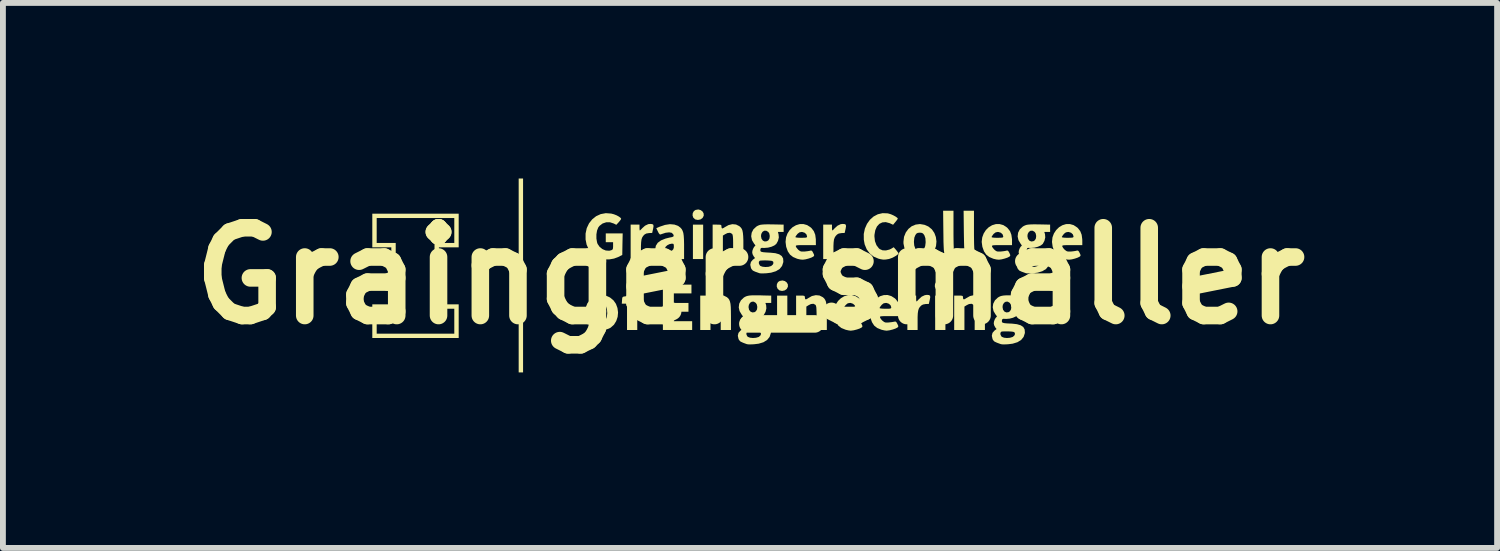
<source format=kicad_pcb>
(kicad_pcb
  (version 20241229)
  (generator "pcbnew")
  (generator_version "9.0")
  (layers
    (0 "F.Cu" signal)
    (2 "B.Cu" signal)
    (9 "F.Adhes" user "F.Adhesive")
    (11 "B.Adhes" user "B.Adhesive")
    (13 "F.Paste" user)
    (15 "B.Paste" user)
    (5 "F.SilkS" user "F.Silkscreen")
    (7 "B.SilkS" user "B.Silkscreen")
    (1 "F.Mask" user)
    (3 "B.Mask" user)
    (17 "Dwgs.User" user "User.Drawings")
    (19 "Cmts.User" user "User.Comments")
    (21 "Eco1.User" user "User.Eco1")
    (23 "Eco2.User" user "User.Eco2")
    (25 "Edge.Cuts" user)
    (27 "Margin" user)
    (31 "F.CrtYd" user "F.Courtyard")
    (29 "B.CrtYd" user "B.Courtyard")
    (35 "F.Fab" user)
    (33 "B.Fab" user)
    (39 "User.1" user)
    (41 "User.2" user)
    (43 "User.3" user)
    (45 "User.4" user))
  (footprint "Grainger_smaller"
    (layer "F.Cu")
    (at 9.764 1.663)
    (property "Reference" "Grainger_smaller" (at 0 0 0) (layer "F.SilkS") (effects (font (size 1.5 1.5) (thickness 0.3))))
    (attr board_only exclude_from_pos_files exclude_from_bom)
    (fp_poly (pts (xy -3.877 -0.006) (xy -3.877 1.65) (xy -3.914 1.65) (xy -3.952 1.65) (xy -3.952 -0.006) (xy -3.952 -1.663) (xy -3.914 -1.663) (xy -3.877 -1.663)) (stroke (width 0) (type solid)) (fill yes) (layer "F.SilkS"))
    (fp_poly (pts (xy -0.8 -0.581) (xy -0.8 -0.287) (xy -0.888 -0.287) (xy -0.975 -0.287) (xy -0.975 -0.581) (xy -0.975 -0.875) (xy -0.888 -0.875) (xy -0.8 -0.875)) (stroke (width 0) (type solid)) (fill yes) (layer "F.SilkS"))
    (fp_poly (pts (xy 0.638 0.631) (xy 0.638 0.925) (xy 0.55 0.925) (xy 0.463 0.925) (xy 0.463 0.631) (xy 0.463 0.338) (xy 0.55 0.338) (xy 0.638 0.338)) (stroke (width 0) (type solid)) (fill yes) (layer "F.SilkS"))
    (fp_poly (pts (xy 3.339 0.631) (xy 3.339 0.925) (xy 3.252 0.925) (xy 3.164 0.925) (xy 3.164 0.631) (xy 3.164 0.338) (xy 3.252 0.338) (xy 3.339 0.338)) (stroke (width 0) (type solid)) (fill yes) (layer "F.SilkS"))
    (fp_poly (pts (xy -0.842 -1.123) (xy -0.81 -1.099) (xy -0.792 -1.066) (xy -0.79 -1.028) (xy -0.81 -0.989) (xy -0.81 -0.989) (xy -0.845 -0.964) (xy -0.89 -0.955) (xy -0.934 -0.964) (xy -0.937 -0.965) (xy -0.968 -0.993) (xy -0.981 -1.031) (xy -0.978 -1.071) (xy -0.959 -1.106) (xy -0.93 -1.126) (xy -0.883 -1.134)) (stroke (width 0) (type solid)) (fill yes) (layer "F.SilkS"))
    (fp_poly (pts (xy 0.596 0.089) (xy 0.628 0.113) (xy 0.647 0.146) (xy 0.648 0.185) (xy 0.629 0.223) (xy 0.628 0.224) (xy 0.593 0.249) (xy 0.548 0.258) (xy 0.504 0.249) (xy 0.501 0.247) (xy 0.471 0.219) (xy 0.457 0.181) (xy 0.46 0.141) (xy 0.479 0.106) (xy 0.508 0.087) (xy 0.555 0.079)) (stroke (width 0) (type solid)) (fill yes) (layer "F.SilkS"))
    (fp_poly (pts (xy 3.298 0.089) (xy 3.329 0.113) (xy 3.348 0.146) (xy 3.349 0.185) (xy 3.33 0.223) (xy 3.33 0.224) (xy 3.294 0.249) (xy 3.249 0.258) (xy 3.205 0.249) (xy 3.203 0.247) (xy 3.172 0.219) (xy 3.158 0.181) (xy 3.161 0.141) (xy 3.181 0.106) (xy 3.21 0.087) (xy 3.256 0.079)) (stroke (width 0) (type solid)) (fill yes) (layer "F.SilkS"))
    (fp_poly (pts (xy -1 0.225) (xy -1 0.3) (xy -1.151 0.3) (xy -1.301 0.3) (xy -1.301 0.381) (xy -1.301 0.463) (xy -1.176 0.463) (xy -1.051 0.463) (xy -1.051 0.537) (xy -1.051 0.613) (xy -1.176 0.613) (xy -1.301 0.613) (xy -1.301 0.694) (xy -1.301 0.775) (xy -1.144 0.775) (xy -0.988 0.775) (xy -0.988 0.85) (xy -0.988 0.925) (xy -1.238 0.925) (xy -1.488 0.925) (xy -1.488 0.537) (xy -1.488 0.15) (xy -1.244 0.15) (xy -1 0.15)) (stroke (width 0) (type solid)) (fill yes) (layer "F.SilkS"))
    (fp_poly (pts (xy -1.67 -0.884) (xy -1.652 -0.873) (xy -1.648 -0.848) (xy -1.655 -0.805) (xy -1.656 -0.801) (xy -1.671 -0.733) (xy -1.723 -0.731) (xy -1.772 -0.723) (xy -1.802 -0.706) (xy -1.826 -0.681) (xy -1.843 -0.653) (xy -1.854 -0.619) (xy -1.86 -0.572) (xy -1.863 -0.509) (xy -1.863 -0.451) (xy -1.863 -0.287) (xy -1.951 -0.287) (xy -2.039 -0.287) (xy -2.039 -0.581) (xy -2.039 -0.875) (xy -1.963 -0.875) (xy -1.888 -0.875) (xy -1.888 -0.825) (xy -1.887 -0.794) (xy -1.883 -0.776) (xy -1.881 -0.775) (xy -1.87 -0.784) (xy -1.849 -0.805) (xy -1.842 -0.813) (xy -1.793 -0.857) (xy -1.739 -0.883) (xy -1.705 -0.887)) (stroke (width 0) (type solid)) (fill yes) (layer "F.SilkS"))
    (fp_poly (pts (xy 1.619 -0.884) (xy 1.637 -0.873) (xy 1.641 -0.848) (xy 1.634 -0.805) (xy 1.633 -0.801) (xy 1.618 -0.733) (xy 1.566 -0.731) (xy 1.517 -0.723) (xy 1.488 -0.706) (xy 1.464 -0.681) (xy 1.447 -0.653) (xy 1.435 -0.619) (xy 1.429 -0.572) (xy 1.426 -0.509) (xy 1.426 -0.451) (xy 1.426 -0.287) (xy 1.338 -0.287) (xy 1.251 -0.287) (xy 1.251 -0.581) (xy 1.251 -0.875) (xy 1.326 -0.875) (xy 1.401 -0.875) (xy 1.401 -0.825) (xy 1.402 -0.794) (xy 1.406 -0.776) (xy 1.408 -0.775) (xy 1.42 -0.784) (xy 1.44 -0.805) (xy 1.447 -0.813) (xy 1.496 -0.857) (xy 1.55 -0.883) (xy 1.585 -0.887)) (stroke (width 0) (type solid)) (fill yes) (layer "F.SilkS"))
    (fp_poly (pts (xy 3.058 0.328) (xy 3.076 0.34) (xy 3.08 0.364) (xy 3.072 0.408) (xy 3.071 0.412) (xy 3.056 0.48) (xy 3.004 0.481) (xy 2.956 0.49) (xy 2.926 0.507) (xy 2.902 0.532) (xy 2.885 0.559) (xy 2.874 0.594) (xy 2.867 0.64) (xy 2.864 0.703) (xy 2.864 0.762) (xy 2.864 0.925) (xy 2.776 0.925) (xy 2.689 0.925) (xy 2.689 0.631) (xy 2.689 0.338) (xy 2.764 0.338) (xy 2.839 0.338) (xy 2.839 0.388) (xy 2.84 0.419) (xy 2.844 0.436) (xy 2.846 0.438) (xy 2.858 0.429) (xy 2.878 0.407) (xy 2.885 0.4) (xy 2.934 0.355) (xy 2.988 0.33) (xy 3.023 0.325)) (stroke (width 0) (type solid)) (fill yes) (layer "F.SilkS"))
    (fp_poly (pts (xy 3.477 -0.789) (xy 3.477 -0.7) (xy 3.478 -0.619) (xy 3.479 -0.55) (xy 3.481 -0.495) (xy 3.482 -0.459) (xy 3.484 -0.445) (xy 3.502 -0.428) (xy 3.514 -0.425) (xy 3.528 -0.419) (xy 3.538 -0.398) (xy 3.545 -0.361) (xy 3.548 -0.324) (xy 3.548 -0.298) (xy 3.547 -0.291) (xy 3.524 -0.282) (xy 3.486 -0.279) (xy 3.443 -0.282) (xy 3.403 -0.29) (xy 3.389 -0.296) (xy 3.367 -0.308) (xy 3.35 -0.322) (xy 3.336 -0.339) (xy 3.325 -0.364) (xy 3.318 -0.398) (xy 3.312 -0.444) (xy 3.309 -0.505) (xy 3.306 -0.584) (xy 3.305 -0.684) (xy 3.304 -0.753) (xy 3.3 -1.113) (xy 3.388 -1.113) (xy 3.477 -1.113)) (stroke (width 0) (type solid)) (fill yes) (layer "F.SilkS"))
    (fp_poly (pts (xy 3.827 -0.789) (xy 3.827 -0.7) (xy 3.828 -0.619) (xy 3.829 -0.55) (xy 3.831 -0.495) (xy 3.833 -0.459) (xy 3.834 -0.445) (xy 3.852 -0.428) (xy 3.864 -0.425) (xy 3.879 -0.419) (xy 3.888 -0.398) (xy 3.895 -0.361) (xy 3.898 -0.324) (xy 3.899 -0.298) (xy 3.897 -0.291) (xy 3.874 -0.282) (xy 3.836 -0.279) (xy 3.793 -0.282) (xy 3.753 -0.29) (xy 3.739 -0.296) (xy 3.717 -0.308) (xy 3.7 -0.322) (xy 3.686 -0.339) (xy 3.676 -0.364) (xy 3.668 -0.398) (xy 3.663 -0.444) (xy 3.659 -0.505) (xy 3.657 -0.584) (xy 3.655 -0.684) (xy 3.654 -0.753) (xy 3.65 -1.113) (xy 3.739 -1.113) (xy 3.827 -1.113)) (stroke (width 0) (type solid)) (fill yes) (layer "F.SilkS"))
    (fp_poly (pts (xy -0.451 0.336) (xy -0.395 0.364) (xy -0.394 0.365) (xy -0.371 0.385) (xy -0.354 0.409) (xy -0.342 0.439) (xy -0.333 0.479) (xy -0.328 0.533) (xy -0.326 0.605) (xy -0.325 0.698) (xy -0.325 0.7) (xy -0.325 0.925) (xy -0.413 0.925) (xy -0.5 0.925) (xy -0.5 0.72) (xy -0.501 0.641) (xy -0.502 0.583) (xy -0.505 0.543) (xy -0.509 0.517) (xy -0.515 0.501) (xy -0.52 0.495) (xy -0.554 0.477) (xy -0.598 0.482) (xy -0.635 0.5) (xy -0.675 0.525) (xy -0.675 0.725) (xy -0.675 0.925) (xy -0.763 0.925) (xy -0.85 0.925) (xy -0.85 0.631) (xy -0.85 0.338) (xy -0.775 0.338) (xy -0.734 0.338) (xy -0.711 0.342) (xy -0.702 0.351) (xy -0.7 0.367) (xy -0.697 0.395) (xy -0.684 0.403) (xy -0.658 0.391) (xy -0.646 0.382) (xy -0.58 0.345) (xy -0.514 0.33)) (stroke (width 0) (type solid)) (fill yes) (layer "F.SilkS"))
    (fp_poly (pts (xy -0.238 -0.877) (xy -0.182 -0.849) (xy -0.181 -0.848) (xy -0.158 -0.827) (xy -0.141 -0.804) (xy -0.129 -0.774) (xy -0.121 -0.733) (xy -0.116 -0.679) (xy -0.113 -0.608) (xy -0.113 -0.515) (xy -0.113 -0.513) (xy -0.113 -0.287) (xy -0.2 -0.287) (xy -0.288 -0.287) (xy -0.288 -0.493) (xy -0.288 -0.572) (xy -0.289 -0.629) (xy -0.292 -0.67) (xy -0.296 -0.696) (xy -0.302 -0.712) (xy -0.307 -0.718) (xy -0.341 -0.736) (xy -0.385 -0.731) (xy -0.422 -0.713) (xy -0.463 -0.688) (xy -0.463 -0.488) (xy -0.463 -0.287) (xy -0.55 -0.287) (xy -0.638 -0.287) (xy -0.638 -0.581) (xy -0.638 -0.875) (xy -0.563 -0.875) (xy -0.521 -0.874) (xy -0.499 -0.871) (xy -0.489 -0.862) (xy -0.488 -0.846) (xy -0.484 -0.817) (xy -0.471 -0.809) (xy -0.446 -0.821) (xy -0.433 -0.83) (xy -0.367 -0.867) (xy -0.301 -0.883)) (stroke (width 0) (type solid)) (fill yes) (layer "F.SilkS"))
    (fp_poly (pts (xy 1.188 0.336) (xy 1.243 0.364) (xy 1.245 0.365) (xy 1.267 0.385) (xy 1.284 0.409) (xy 1.297 0.439) (xy 1.305 0.479) (xy 1.31 0.533) (xy 1.312 0.605) (xy 1.313 0.698) (xy 1.313 0.7) (xy 1.313 0.925) (xy 1.226 0.925) (xy 1.138 0.925) (xy 1.138 0.72) (xy 1.138 0.641) (xy 1.136 0.583) (xy 1.134 0.543) (xy 1.129 0.517) (xy 1.123 0.501) (xy 1.118 0.495) (xy 1.084 0.477) (xy 1.041 0.482) (xy 1.004 0.5) (xy 0.963 0.525) (xy 0.963 0.725) (xy 0.963 0.925) (xy 0.875 0.925) (xy 0.788 0.925) (xy 0.788 0.631) (xy 0.788 0.338) (xy 0.863 0.338) (xy 0.905 0.338) (xy 0.927 0.342) (xy 0.936 0.351) (xy 0.938 0.367) (xy 0.942 0.395) (xy 0.955 0.403) (xy 0.98 0.391) (xy 0.993 0.382) (xy 1.058 0.345) (xy 1.125 0.33)) (stroke (width 0) (type solid)) (fill yes) (layer "F.SilkS"))
    (fp_poly (pts (xy 3.889 0.336) (xy 3.945 0.364) (xy 3.946 0.365) (xy 3.969 0.385) (xy 3.986 0.409) (xy 3.998 0.439) (xy 4.006 0.479) (xy 4.011 0.533) (xy 4.014 0.605) (xy 4.014 0.698) (xy 4.014 0.7) (xy 4.014 0.925) (xy 3.927 0.925) (xy 3.839 0.925) (xy 3.839 0.72) (xy 3.839 0.641) (xy 3.838 0.583) (xy 3.835 0.543) (xy 3.831 0.517) (xy 3.825 0.501) (xy 3.82 0.495) (xy 3.786 0.477) (xy 3.742 0.482) (xy 3.705 0.5) (xy 3.664 0.525) (xy 3.664 0.725) (xy 3.664 0.925) (xy 3.577 0.925) (xy 3.489 0.925) (xy 3.489 0.631) (xy 3.489 0.338) (xy 3.564 0.338) (xy 3.606 0.338) (xy 3.628 0.342) (xy 3.638 0.351) (xy 3.639 0.367) (xy 3.643 0.395) (xy 3.656 0.403) (xy 3.681 0.391) (xy 3.694 0.382) (xy 3.76 0.345) (xy 3.826 0.33)) (stroke (width 0) (type solid)) (fill yes) (layer "F.SilkS"))
    (fp_poly (pts (xy -1.822 0.096) (xy -1.792 0.105) (xy -1.782 0.113) (xy -1.781 0.131) (xy -1.785 0.163) (xy -1.789 0.178) (xy -1.799 0.211) (xy -1.81 0.226) (xy -1.829 0.229) (xy -1.843 0.228) (xy -1.887 0.232) (xy -1.915 0.257) (xy -1.926 0.298) (xy -1.926 0.301) (xy -1.924 0.324) (xy -1.913 0.335) (xy -1.886 0.337) (xy -1.876 0.338) (xy -1.826 0.338) (xy -1.826 0.406) (xy -1.826 0.475) (xy -1.876 0.475) (xy -1.926 0.475) (xy -1.926 0.7) (xy -1.926 0.925) (xy -2.013 0.925) (xy -2.101 0.925) (xy -2.101 0.7) (xy -2.101 0.475) (xy -2.145 0.475) (xy -2.19 0.475) (xy -2.186 0.416) (xy -2.183 0.38) (xy -2.175 0.362) (xy -2.158 0.354) (xy -2.142 0.352) (xy -2.116 0.348) (xy -2.104 0.336) (xy -2.101 0.309) (xy -2.101 0.299) (xy -2.09 0.226) (xy -2.059 0.167) (xy -2.009 0.124) (xy -1.952 0.1) (xy -1.91 0.093) (xy -1.864 0.092)) (stroke (width 0) (type solid)) (fill yes) (layer "F.SilkS"))
    (fp_poly (pts (xy -4.977 -0.775) (xy -4.977 -0.487) (xy -5.146 -0.487) (xy -5.315 -0.487) (xy -5.315 0) (xy -5.315 0.487) (xy -5.146 0.487) (xy -4.977 0.487) (xy -4.977 0.775) (xy -4.977 1.062) (xy -5.715 1.062) (xy -6.453 1.062) (xy -6.453 0.775) (xy -6.453 0.487) (xy -6.291 0.487) (xy -6.128 0.487) (xy -6.128 0) (xy -6.128 -0.487) (xy -6.291 -0.487) (xy -6.453 -0.487) (xy -6.453 -0.775) (xy -6.378 -0.775) (xy -6.378 -0.562) (xy -6.216 -0.562) (xy -6.053 -0.562) (xy -6.053 0) (xy -6.053 0.562) (xy -6.216 0.562) (xy -6.378 0.562) (xy -6.378 0.775) (xy -6.378 0.988) (xy -5.715 0.988) (xy -5.052 0.988) (xy -5.052 0.775) (xy -5.052 0.562) (xy -5.221 0.562) (xy -5.39 0.562) (xy -5.39 0) (xy -5.39 -0.562) (xy -5.221 -0.562) (xy -5.052 -0.562) (xy -5.052 -0.775) (xy -5.052 -0.988) (xy -5.715 -0.988) (xy -6.378 -0.988) (xy -6.378 -0.775) (xy -6.453 -0.775) (xy -6.453 -1.062) (xy -5.715 -1.062) (xy -4.977 -1.062)) (stroke (width 0) (type solid)) (fill yes) (layer "F.SilkS"))
    (fp_poly (pts (xy -2.459 0.34) (xy -2.393 0.369) (xy -2.333 0.418) (xy -2.29 0.479) (xy -2.264 0.55) (xy -2.254 0.625) (xy -2.261 0.701) (xy -2.285 0.772) (xy -2.324 0.835) (xy -2.38 0.885) (xy -2.408 0.9) (xy -2.482 0.926) (xy -2.556 0.933) (xy -2.623 0.921) (xy -2.629 0.919) (xy -2.703 0.878) (xy -2.761 0.821) (xy -2.799 0.748) (xy -2.817 0.662) (xy -2.819 0.631) (xy -2.639 0.631) (xy -2.634 0.693) (xy -2.618 0.739) (xy -2.614 0.747) (xy -2.593 0.774) (xy -2.57 0.785) (xy -2.539 0.787) (xy -2.503 0.784) (xy -2.481 0.771) (xy -2.464 0.747) (xy -2.446 0.703) (xy -2.439 0.644) (xy -2.439 0.631) (xy -2.444 0.569) (xy -2.459 0.523) (xy -2.464 0.516) (xy -2.484 0.489) (xy -2.508 0.477) (xy -2.539 0.475) (xy -2.574 0.478) (xy -2.597 0.492) (xy -2.614 0.516) (xy -2.632 0.56) (xy -2.639 0.618) (xy -2.639 0.631) (xy -2.819 0.631) (xy -2.808 0.545) (xy -2.779 0.471) (xy -2.733 0.41) (xy -2.676 0.365) (xy -2.609 0.337) (xy -2.535 0.328)) (stroke (width 0) (type solid)) (fill yes) (layer "F.SilkS"))
    (fp_poly (pts (xy 2.981 -0.872) (xy 3.048 -0.843) (xy 3.107 -0.795) (xy 3.15 -0.733) (xy 3.176 -0.663) (xy 3.186 -0.587) (xy 3.179 -0.512) (xy 3.155 -0.44) (xy 3.116 -0.378) (xy 3.06 -0.328) (xy 3.032 -0.312) (xy 2.958 -0.287) (xy 2.884 -0.28) (xy 2.817 -0.291) (xy 2.811 -0.293) (xy 2.737 -0.334) (xy 2.679 -0.392) (xy 2.641 -0.465) (xy 2.623 -0.55) (xy 2.622 -0.581) (xy 2.801 -0.581) (xy 2.806 -0.519) (xy 2.822 -0.473) (xy 2.826 -0.466) (xy 2.847 -0.439) (xy 2.871 -0.427) (xy 2.901 -0.425) (xy 2.937 -0.428) (xy 2.959 -0.442) (xy 2.977 -0.466) (xy 2.994 -0.51) (xy 3.001 -0.568) (xy 3.001 -0.581) (xy 2.997 -0.643) (xy 2.981 -0.689) (xy 2.977 -0.697) (xy 2.956 -0.724) (xy 2.932 -0.735) (xy 2.901 -0.738) (xy 2.866 -0.734) (xy 2.843 -0.721) (xy 2.826 -0.697) (xy 2.808 -0.653) (xy 2.802 -0.594) (xy 2.801 -0.581) (xy 2.622 -0.581) (xy 2.632 -0.667) (xy 2.662 -0.741) (xy 2.707 -0.802) (xy 2.764 -0.848) (xy 2.832 -0.876) (xy 2.905 -0.885)) (stroke (width 0) (type solid)) (fill yes) (layer "F.SilkS"))
    (fp_poly (pts (xy 2.35 -1.068) (xy 2.368 -1.064) (xy 2.408 -1.052) (xy 2.451 -1.033) (xy 2.489 -1.012) (xy 2.516 -0.992) (xy 2.526 -0.978) (xy 2.518 -0.964) (xy 2.499 -0.938) (xy 2.485 -0.921) (xy 2.445 -0.873) (xy 2.386 -0.9) (xy 2.32 -0.918) (xy 2.261 -0.913) (xy 2.21 -0.888) (xy 2.169 -0.843) (xy 2.141 -0.78) (xy 2.127 -0.702) (xy 2.126 -0.675) (xy 2.135 -0.593) (xy 2.161 -0.524) (xy 2.202 -0.47) (xy 2.218 -0.457) (xy 2.266 -0.436) (xy 2.323 -0.434) (xy 2.382 -0.449) (xy 2.409 -0.461) (xy 2.456 -0.489) (xy 2.497 -0.442) (xy 2.52 -0.412) (xy 2.536 -0.391) (xy 2.538 -0.384) (xy 2.528 -0.369) (xy 2.501 -0.347) (xy 2.464 -0.325) (xy 2.423 -0.305) (xy 2.384 -0.291) (xy 2.375 -0.288) (xy 2.321 -0.279) (xy 2.278 -0.277) (xy 2.234 -0.284) (xy 2.197 -0.293) (xy 2.116 -0.327) (xy 2.048 -0.381) (xy 1.995 -0.452) (xy 1.959 -0.539) (xy 1.945 -0.616) (xy 1.944 -0.715) (xy 1.963 -0.806) (xy 1.999 -0.888) (xy 2.049 -0.958) (xy 2.112 -1.014) (xy 2.184 -1.052) (xy 2.265 -1.071)) (stroke (width 0) (type solid)) (fill yes) (layer "F.SilkS"))
    (fp_poly (pts (xy -2.371 -1.064) (xy -2.325 -1.052) (xy -2.279 -1.034) (xy -2.239 -1.012) (xy -2.211 -0.991) (xy -2.201 -0.975) (xy -2.209 -0.959) (xy -2.229 -0.933) (xy -2.242 -0.917) (xy -2.284 -0.872) (xy -2.327 -0.894) (xy -2.391 -0.915) (xy -2.457 -0.915) (xy -2.519 -0.894) (xy -2.57 -0.855) (xy -2.592 -0.827) (xy -2.613 -0.774) (xy -2.624 -0.708) (xy -2.624 -0.638) (xy -2.613 -0.573) (xy -2.604 -0.546) (xy -2.569 -0.495) (xy -2.52 -0.456) (xy -2.464 -0.433) (xy -2.405 -0.429) (xy -2.371 -0.437) (xy -2.351 -0.447) (xy -2.342 -0.464) (xy -2.339 -0.495) (xy -2.339 -0.512) (xy -2.339 -0.575) (xy -2.401 -0.575) (xy -2.464 -0.575) (xy -2.464 -0.65) (xy -2.464 -0.725) (xy -2.32 -0.725) (xy -2.175 -0.725) (xy -2.179 -0.541) (xy -2.182 -0.357) (xy -2.251 -0.322) (xy -2.323 -0.295) (xy -2.404 -0.281) (xy -2.484 -0.28) (xy -2.53 -0.288) (xy -2.62 -0.322) (xy -2.695 -0.376) (xy -2.752 -0.446) (xy -2.791 -0.532) (xy -2.809 -0.621) (xy -2.809 -0.722) (xy -2.789 -0.815) (xy -2.75 -0.897) (xy -2.696 -0.965) (xy -2.629 -1.019) (xy -2.55 -1.055) (xy -2.463 -1.071)) (stroke (width 0) (type solid)) (fill yes) (layer "F.SilkS"))
    (fp_poly (pts (xy -1.291 -0.876) (xy -1.226 -0.852) (xy -1.188 -0.823) (xy -1.166 -0.798) (xy -1.151 -0.769) (xy -1.139 -0.733) (xy -1.132 -0.685) (xy -1.128 -0.622) (xy -1.126 -0.54) (xy -1.126 -0.491) (xy -1.126 -0.287) (xy -1.194 -0.287) (xy -1.234 -0.289) (xy -1.256 -0.294) (xy -1.266 -0.306) (xy -1.27 -0.318) (xy -1.278 -0.348) (xy -1.347 -0.311) (xy -1.404 -0.286) (xy -1.45 -0.277) (xy -1.493 -0.283) (xy -1.525 -0.297) (xy -1.578 -0.335) (xy -1.609 -0.385) (xy -1.62 -0.449) (xy -1.62 -0.45) (xy -1.616 -0.471) (xy -1.451 -0.471) (xy -1.441 -0.436) (xy -1.416 -0.416) (xy -1.379 -0.413) (xy -1.337 -0.429) (xy -1.331 -0.433) (xy -1.31 -0.454) (xy -1.301 -0.485) (xy -1.301 -0.501) (xy -1.302 -0.533) (xy -1.311 -0.547) (xy -1.331 -0.55) (xy -1.335 -0.55) (xy -1.375 -0.542) (xy -1.413 -0.523) (xy -1.441 -0.497) (xy -1.451 -0.471) (xy -1.616 -0.471) (xy -1.609 -0.513) (xy -1.576 -0.565) (xy -1.52 -0.606) (xy -1.442 -0.637) (xy -1.378 -0.653) (xy -1.333 -0.662) (xy -1.309 -0.672) (xy -1.303 -0.686) (xy -1.31 -0.707) (xy -1.313 -0.712) (xy -1.339 -0.736) (xy -1.382 -0.743) (xy -1.441 -0.736) (xy -1.512 -0.713) (xy -1.526 -0.707) (xy -1.542 -0.709) (xy -1.56 -0.731) (xy -1.573 -0.757) (xy -1.601 -0.814) (xy -1.544 -0.839) (xy -1.453 -0.87) (xy -1.368 -0.883)) (stroke (width 0) (type solid)) (fill yes) (layer "F.SilkS"))
    (fp_poly (pts (xy 0.977 -0.867) (xy 1.038 -0.827) (xy 1.052 -0.814) (xy 1.091 -0.763) (xy 1.115 -0.702) (xy 1.125 -0.626) (xy 1.125 -0.597) (xy 1.126 -0.525) (xy 0.952 -0.525) (xy 0.883 -0.525) (xy 0.835 -0.524) (xy 0.805 -0.522) (xy 0.789 -0.518) (xy 0.783 -0.512) (xy 0.784 -0.503) (xy 0.784 -0.5) (xy 0.798 -0.476) (xy 0.823 -0.448) (xy 0.829 -0.442) (xy 0.855 -0.423) (xy 0.88 -0.415) (xy 0.915 -0.415) (xy 0.937 -0.416) (xy 0.981 -0.421) (xy 1.018 -0.427) (xy 1.032 -0.431) (xy 1.051 -0.432) (xy 1.067 -0.417) (xy 1.08 -0.392) (xy 1.094 -0.362) (xy 1.096 -0.345) (xy 1.087 -0.333) (xy 1.08 -0.328) (xy 1.047 -0.311) (xy 1 -0.295) (xy 0.949 -0.282) (xy 0.904 -0.276) (xy 0.895 -0.276) (xy 0.857 -0.28) (xy 0.814 -0.29) (xy 0.806 -0.292) (xy 0.736 -0.322) (xy 0.684 -0.363) (xy 0.646 -0.419) (xy 0.619 -0.495) (xy 0.618 -0.499) (xy 0.608 -0.58) (xy 0.616 -0.656) (xy 0.618 -0.662) (xy 0.775 -0.662) (xy 0.787 -0.656) (xy 0.818 -0.652) (xy 0.861 -0.65) (xy 0.875 -0.65) (xy 0.925 -0.651) (xy 0.955 -0.653) (xy 0.97 -0.658) (xy 0.975 -0.668) (xy 0.975 -0.675) (xy 0.964 -0.709) (xy 0.935 -0.736) (xy 0.895 -0.749) (xy 0.883 -0.75) (xy 0.846 -0.743) (xy 0.815 -0.72) (xy 0.808 -0.712) (xy 0.787 -0.684) (xy 0.776 -0.665) (xy 0.775 -0.662) (xy 0.618 -0.662) (xy 0.641 -0.724) (xy 0.679 -0.783) (xy 0.728 -0.831) (xy 0.786 -0.865) (xy 0.848 -0.884) (xy 0.913 -0.885)) (stroke (width 0) (type solid)) (fill yes) (layer "F.SilkS"))
    (fp_poly (pts (xy 1.802 0.346) (xy 1.863 0.385) (xy 1.877 0.398) (xy 1.916 0.449) (xy 1.94 0.51) (xy 1.95 0.587) (xy 1.951 0.616) (xy 1.951 0.688) (xy 1.777 0.688) (xy 1.708 0.688) (xy 1.661 0.689) (xy 1.631 0.691) (xy 1.614 0.694) (xy 1.609 0.701) (xy 1.609 0.71) (xy 1.61 0.713) (xy 1.623 0.737) (xy 1.648 0.765) (xy 1.655 0.77) (xy 1.681 0.789) (xy 1.706 0.798) (xy 1.741 0.798) (xy 1.763 0.796) (xy 1.806 0.791) (xy 1.843 0.785) (xy 1.858 0.782) (xy 1.876 0.781) (xy 1.892 0.796) (xy 1.906 0.821) (xy 1.919 0.851) (xy 1.921 0.867) (xy 1.912 0.879) (xy 1.905 0.884) (xy 1.872 0.901) (xy 1.825 0.917) (xy 1.774 0.93) (xy 1.73 0.936) (xy 1.72 0.937) (xy 1.683 0.932) (xy 1.639 0.922) (xy 1.632 0.92) (xy 1.561 0.891) (xy 1.509 0.85) (xy 1.472 0.793) (xy 1.445 0.717) (xy 1.444 0.713) (xy 1.433 0.632) (xy 1.441 0.557) (xy 1.444 0.551) (xy 1.601 0.551) (xy 1.612 0.556) (xy 1.643 0.56) (xy 1.687 0.562) (xy 1.701 0.562) (xy 1.751 0.562) (xy 1.781 0.56) (xy 1.795 0.554) (xy 1.801 0.544) (xy 1.801 0.537) (xy 1.79 0.503) (xy 1.76 0.477) (xy 1.72 0.463) (xy 1.708 0.463) (xy 1.671 0.469) (xy 1.641 0.493) (xy 1.633 0.501) (xy 1.613 0.528) (xy 1.601 0.548) (xy 1.601 0.551) (xy 1.444 0.551) (xy 1.466 0.488) (xy 1.505 0.429) (xy 1.554 0.382) (xy 1.611 0.348) (xy 1.673 0.329) (xy 1.738 0.327)) (stroke (width 0) (type solid)) (fill yes) (layer "F.SilkS"))
    (fp_poly (pts (xy 2.415 0.346) (xy 2.476 0.385) (xy 2.49 0.398) (xy 2.529 0.449) (xy 2.553 0.51) (xy 2.563 0.587) (xy 2.564 0.616) (xy 2.564 0.688) (xy 2.39 0.688) (xy 2.321 0.688) (xy 2.273 0.689) (xy 2.243 0.691) (xy 2.227 0.694) (xy 2.221 0.701) (xy 2.222 0.71) (xy 2.223 0.713) (xy 2.236 0.737) (xy 2.261 0.765) (xy 2.268 0.77) (xy 2.293 0.789) (xy 2.319 0.798) (xy 2.353 0.798) (xy 2.376 0.796) (xy 2.419 0.791) (xy 2.456 0.785) (xy 2.47 0.782) (xy 2.489 0.781) (xy 2.505 0.796) (xy 2.518 0.821) (xy 2.532 0.851) (xy 2.534 0.867) (xy 2.525 0.879) (xy 2.518 0.884) (xy 2.485 0.901) (xy 2.438 0.917) (xy 2.387 0.93) (xy 2.343 0.936) (xy 2.333 0.937) (xy 2.296 0.932) (xy 2.252 0.922) (xy 2.245 0.92) (xy 2.174 0.891) (xy 2.122 0.85) (xy 2.085 0.793) (xy 2.058 0.717) (xy 2.057 0.713) (xy 2.046 0.632) (xy 2.054 0.557) (xy 2.056 0.551) (xy 2.214 0.551) (xy 2.225 0.556) (xy 2.256 0.56) (xy 2.299 0.562) (xy 2.314 0.562) (xy 2.363 0.562) (xy 2.393 0.56) (xy 2.408 0.554) (xy 2.413 0.544) (xy 2.414 0.537) (xy 2.402 0.503) (xy 2.373 0.477) (xy 2.333 0.463) (xy 2.321 0.463) (xy 2.284 0.469) (xy 2.253 0.493) (xy 2.246 0.501) (xy 2.225 0.528) (xy 2.214 0.548) (xy 2.214 0.551) (xy 2.056 0.551) (xy 2.079 0.488) (xy 2.118 0.429) (xy 2.167 0.382) (xy 2.224 0.348) (xy 2.286 0.329) (xy 2.351 0.327)) (stroke (width 0) (type solid)) (fill yes) (layer "F.SilkS"))
    (fp_poly (pts (xy 4.329 -0.867) (xy 4.39 -0.827) (xy 4.403 -0.814) (xy 4.443 -0.763) (xy 4.466 -0.702) (xy 4.477 -0.626) (xy 4.477 -0.597) (xy 4.477 -0.525) (xy 4.303 -0.525) (xy 4.234 -0.525) (xy 4.187 -0.524) (xy 4.157 -0.522) (xy 4.141 -0.518) (xy 4.135 -0.512) (xy 4.135 -0.503) (xy 4.136 -0.5) (xy 4.15 -0.476) (xy 4.175 -0.448) (xy 4.181 -0.442) (xy 4.207 -0.423) (xy 4.232 -0.415) (xy 4.267 -0.415) (xy 4.289 -0.416) (xy 4.333 -0.421) (xy 4.369 -0.427) (xy 4.384 -0.431) (xy 4.403 -0.432) (xy 4.418 -0.417) (xy 4.432 -0.392) (xy 4.445 -0.362) (xy 4.447 -0.345) (xy 4.438 -0.333) (xy 4.432 -0.328) (xy 4.399 -0.311) (xy 4.351 -0.295) (xy 4.3 -0.282) (xy 4.256 -0.276) (xy 4.247 -0.276) (xy 4.209 -0.28) (xy 4.166 -0.29) (xy 4.158 -0.292) (xy 4.088 -0.322) (xy 4.036 -0.363) (xy 3.998 -0.419) (xy 3.971 -0.495) (xy 3.97 -0.499) (xy 3.959 -0.58) (xy 3.968 -0.656) (xy 3.97 -0.662) (xy 4.127 -0.662) (xy 4.139 -0.656) (xy 4.169 -0.652) (xy 4.213 -0.65) (xy 4.227 -0.65) (xy 4.277 -0.651) (xy 4.307 -0.653) (xy 4.322 -0.658) (xy 4.327 -0.668) (xy 4.327 -0.675) (xy 4.316 -0.709) (xy 4.287 -0.736) (xy 4.246 -0.749) (xy 4.234 -0.75) (xy 4.198 -0.743) (xy 4.167 -0.72) (xy 4.159 -0.712) (xy 4.139 -0.684) (xy 4.128 -0.665) (xy 4.127 -0.662) (xy 3.97 -0.662) (xy 3.993 -0.724) (xy 4.031 -0.783) (xy 4.08 -0.831) (xy 4.137 -0.865) (xy 4.2 -0.884) (xy 4.264 -0.885)) (stroke (width 0) (type solid)) (fill yes) (layer "F.SilkS"))
    (fp_poly (pts (xy 5.529 -0.867) (xy 5.59 -0.827) (xy 5.604 -0.814) (xy 5.643 -0.763) (xy 5.667 -0.702) (xy 5.677 -0.626) (xy 5.678 -0.597) (xy 5.678 -0.525) (xy 5.504 -0.525) (xy 5.435 -0.525) (xy 5.387 -0.524) (xy 5.357 -0.522) (xy 5.341 -0.518) (xy 5.335 -0.512) (xy 5.336 -0.503) (xy 5.337 -0.5) (xy 5.35 -0.476) (xy 5.375 -0.448) (xy 5.382 -0.442) (xy 5.408 -0.423) (xy 5.433 -0.415) (xy 5.467 -0.415) (xy 5.49 -0.416) (xy 5.533 -0.421) (xy 5.57 -0.427) (xy 5.584 -0.431) (xy 5.603 -0.432) (xy 5.619 -0.417) (xy 5.632 -0.392) (xy 5.646 -0.362) (xy 5.648 -0.345) (xy 5.639 -0.333) (xy 5.632 -0.328) (xy 5.599 -0.311) (xy 5.552 -0.295) (xy 5.501 -0.282) (xy 5.457 -0.276) (xy 5.447 -0.276) (xy 5.41 -0.28) (xy 5.366 -0.29) (xy 5.359 -0.292) (xy 5.288 -0.322) (xy 5.236 -0.363) (xy 5.199 -0.419) (xy 5.172 -0.495) (xy 5.171 -0.499) (xy 5.16 -0.58) (xy 5.168 -0.656) (xy 5.17 -0.662) (xy 5.328 -0.662) (xy 5.339 -0.656) (xy 5.37 -0.652) (xy 5.414 -0.65) (xy 5.428 -0.65) (xy 5.478 -0.651) (xy 5.507 -0.653) (xy 5.522 -0.658) (xy 5.527 -0.668) (xy 5.528 -0.675) (xy 5.516 -0.709) (xy 5.487 -0.736) (xy 5.447 -0.749) (xy 5.435 -0.75) (xy 5.398 -0.743) (xy 5.367 -0.72) (xy 5.36 -0.712) (xy 5.339 -0.684) (xy 5.328 -0.665) (xy 5.328 -0.662) (xy 5.17 -0.662) (xy 5.193 -0.724) (xy 5.232 -0.783) (xy 5.281 -0.831) (xy 5.338 -0.865) (xy 5.4 -0.884) (xy 5.465 -0.885)) (stroke (width 0) (type solid)) (fill yes) (layer "F.SilkS"))
    (fp_poly (pts (xy 0.17 0.333) (xy 0.228 0.335) (xy 0.363 0.338) (xy 0.363 0.4) (xy 0.363 0.463) (xy 0.314 0.463) (xy 0.264 0.463) (xy 0.276 0.502) (xy 0.28 0.556) (xy 0.266 0.615) (xy 0.237 0.667) (xy 0.204 0.693) (xy 0.154 0.716) (xy 0.096 0.731) (xy 0.038 0.736) (xy 0.022 0.735) (xy -0.012 0.734) (xy -0.028 0.74) (xy -0.034 0.756) (xy -0.035 0.765) (xy -0.036 0.782) (xy -0.03 0.795) (xy -0.015 0.803) (xy 0.014 0.809) (xy 0.059 0.813) (xy 0.126 0.816) (xy 0.134 0.816) (xy 0.221 0.826) (xy 0.287 0.845) (xy 0.33 0.875) (xy 0.354 0.916) (xy 0.358 0.969) (xy 0.356 0.98) (xy 0.335 1.044) (xy 0.293 1.095) (xy 0.231 1.134) (xy 0.149 1.159) (xy 0.067 1.169) (xy 0.018 1.171) (xy -0.023 1.171) (xy -0.048 1.168) (xy -0.05 1.168) (xy -0.073 1.16) (xy -0.108 1.147) (xy -0.123 1.141) (xy -0.163 1.122) (xy -0.187 1.096) (xy -0.196 1.078) (xy -0.208 1.024) (xy -0.197 0.976) (xy -0.061 0.976) (xy -0.06 1.005) (xy -0.045 1.034) (xy -0.035 1.043) (xy 0.001 1.057) (xy 0.05 1.062) (xy 0.102 1.058) (xy 0.147 1.045) (xy 0.151 1.043) (xy 0.177 1.021) (xy 0.188 0.995) (xy 0.184 0.97) (xy 0.166 0.958) (xy 0.139 0.953) (xy 0.098 0.95) (xy 0.05 0.949) (xy 0.005 0.949) (xy -0.03 0.951) (xy -0.048 0.955) (xy -0.061 0.976) (xy -0.197 0.976) (xy -0.197 0.975) (xy -0.163 0.936) (xy -0.162 0.935) (xy -0.126 0.909) (xy -0.151 0.878) (xy -0.169 0.843) (xy -0.175 0.81) (xy -0.17 0.778) (xy -0.157 0.743) (xy -0.14 0.715) (xy -0.124 0.7) (xy -0.121 0.7) (xy -0.121 0.692) (xy -0.135 0.671) (xy -0.142 0.662) (xy -0.178 0.602) (xy -0.192 0.538) (xy -0.191 0.533) (xy -0.025 0.533) (xy -0.016 0.579) (xy 0.007 0.61) (xy 0.04 0.625) (xy 0.077 0.621) (xy 0.102 0.604) (xy 0.12 0.573) (xy 0.125 0.531) (xy 0.117 0.49) (xy 0.1 0.463) (xy 0.065 0.441) (xy 0.031 0.442) (xy 0.001 0.461) (xy -0.019 0.496) (xy -0.025 0.533) (xy -0.191 0.533) (xy -0.184 0.476) (xy -0.155 0.419) (xy -0.106 0.372) (xy -0.083 0.358) (xy -0.06 0.348) (xy -0.035 0.341) (xy -0.004 0.336) (xy 0.038 0.333) (xy 0.095 0.333)) (stroke (width 0) (type solid)) (fill yes) (layer "F.SilkS"))
    (fp_poly (pts (xy 0.382 -0.879) (xy 0.441 -0.878) (xy 0.575 -0.875) (xy 0.575 -0.812) (xy 0.575 -0.75) (xy 0.526 -0.75) (xy 0.477 -0.75) (xy 0.488 -0.71) (xy 0.493 -0.656) (xy 0.479 -0.598) (xy 0.449 -0.545) (xy 0.416 -0.519) (xy 0.367 -0.497) (xy 0.309 -0.482) (xy 0.25 -0.477) (xy 0.235 -0.477) (xy 0.201 -0.478) (xy 0.185 -0.473) (xy 0.179 -0.456) (xy 0.177 -0.447) (xy 0.177 -0.43) (xy 0.182 -0.418) (xy 0.197 -0.41) (xy 0.226 -0.404) (xy 0.272 -0.4) (xy 0.339 -0.396) (xy 0.346 -0.396) (xy 0.434 -0.387) (xy 0.499 -0.368) (xy 0.543 -0.338) (xy 0.566 -0.297) (xy 0.57 -0.244) (xy 0.569 -0.233) (xy 0.548 -0.169) (xy 0.506 -0.117) (xy 0.443 -0.079) (xy 0.361 -0.054) (xy 0.28 -0.044) (xy 0.231 -0.042) (xy 0.19 -0.042) (xy 0.165 -0.044) (xy 0.163 -0.045) (xy 0.14 -0.053) (xy 0.104 -0.066) (xy 0.089 -0.071) (xy 0.049 -0.09) (xy 0.025 -0.117) (xy 0.017 -0.134) (xy 0.005 -0.189) (xy 0.016 -0.237) (xy 0.151 -0.237) (xy 0.153 -0.207) (xy 0.168 -0.179) (xy 0.178 -0.169) (xy 0.214 -0.156) (xy 0.263 -0.151) (xy 0.315 -0.154) (xy 0.359 -0.167) (xy 0.363 -0.169) (xy 0.389 -0.191) (xy 0.401 -0.218) (xy 0.396 -0.242) (xy 0.378 -0.255) (xy 0.351 -0.259) (xy 0.31 -0.262) (xy 0.263 -0.264) (xy 0.218 -0.263) (xy 0.182 -0.261) (xy 0.165 -0.257) (xy 0.151 -0.237) (xy 0.016 -0.237) (xy 0.016 -0.237) (xy 0.05 -0.277) (xy 0.051 -0.277) (xy 0.086 -0.304) (xy 0.062 -0.335) (xy 0.044 -0.37) (xy 0.038 -0.403) (xy 0.043 -0.435) (xy 0.056 -0.469) (xy 0.073 -0.498) (xy 0.089 -0.512) (xy 0.091 -0.512) (xy 0.091 -0.521) (xy 0.078 -0.541) (xy 0.07 -0.55) (xy 0.034 -0.61) (xy 0.021 -0.674) (xy 0.021 -0.679) (xy 0.188 -0.679) (xy 0.197 -0.634) (xy 0.22 -0.602) (xy 0.253 -0.587) (xy 0.29 -0.592) (xy 0.315 -0.608) (xy 0.333 -0.639) (xy 0.338 -0.681) (xy 0.33 -0.723) (xy 0.313 -0.75) (xy 0.278 -0.771) (xy 0.243 -0.771) (xy 0.213 -0.751) (xy 0.193 -0.716) (xy 0.188 -0.679) (xy 0.021 -0.679) (xy 0.029 -0.737) (xy 0.058 -0.794) (xy 0.107 -0.84) (xy 0.13 -0.854) (xy 0.152 -0.864) (xy 0.177 -0.872) (xy 0.209 -0.876) (xy 0.251 -0.879) (xy 0.307 -0.88)) (stroke (width 0) (type solid)) (fill yes) (layer "F.SilkS"))
    (fp_poly (pts (xy 4.509 0.333) (xy 4.568 0.335) (xy 4.702 0.338) (xy 4.702 0.4) (xy 4.702 0.463) (xy 4.653 0.463) (xy 4.604 0.463) (xy 4.615 0.502) (xy 4.62 0.556) (xy 4.606 0.615) (xy 4.576 0.667) (xy 4.543 0.693) (xy 4.494 0.716) (xy 4.436 0.731) (xy 4.377 0.736) (xy 4.362 0.735) (xy 4.328 0.734) (xy 4.312 0.74) (xy 4.306 0.756) (xy 4.304 0.765) (xy 4.304 0.782) (xy 4.309 0.795) (xy 4.325 0.803) (xy 4.353 0.809) (xy 4.399 0.813) (xy 4.466 0.816) (xy 4.473 0.816) (xy 4.561 0.826) (xy 4.626 0.845) (xy 4.67 0.875) (xy 4.693 0.916) (xy 4.697 0.969) (xy 4.696 0.98) (xy 4.675 1.044) (xy 4.633 1.095) (xy 4.57 1.134) (xy 4.488 1.159) (xy 4.407 1.169) (xy 4.358 1.171) (xy 4.317 1.171) (xy 4.292 1.168) (xy 4.29 1.168) (xy 4.267 1.16) (xy 4.232 1.147) (xy 4.216 1.141) (xy 4.176 1.122) (xy 4.152 1.096) (xy 4.144 1.078) (xy 4.132 1.024) (xy 4.143 0.976) (xy 4.278 0.976) (xy 4.28 1.005) (xy 4.295 1.034) (xy 4.305 1.043) (xy 4.341 1.057) (xy 4.39 1.062) (xy 4.442 1.058) (xy 4.486 1.045) (xy 4.49 1.043) (xy 4.516 1.021) (xy 4.528 0.995) (xy 4.523 0.97) (xy 4.505 0.958) (xy 4.478 0.953) (xy 4.437 0.95) (xy 4.39 0.949) (xy 4.345 0.949) (xy 4.309 0.951) (xy 4.292 0.955) (xy 4.278 0.976) (xy 4.143 0.976) (xy 4.143 0.975) (xy 4.177 0.936) (xy 4.178 0.935) (xy 4.213 0.909) (xy 4.189 0.878) (xy 4.171 0.843) (xy 4.165 0.81) (xy 4.17 0.778) (xy 4.183 0.743) (xy 4.2 0.715) (xy 4.216 0.7) (xy 4.218 0.7) (xy 4.218 0.692) (xy 4.205 0.671) (xy 4.197 0.662) (xy 4.161 0.602) (xy 4.148 0.538) (xy 4.148 0.533) (xy 4.315 0.533) (xy 4.324 0.579) (xy 4.347 0.61) (xy 4.38 0.625) (xy 4.417 0.621) (xy 4.442 0.604) (xy 4.46 0.573) (xy 4.465 0.531) (xy 4.457 0.49) (xy 4.44 0.463) (xy 4.405 0.441) (xy 4.37 0.442) (xy 4.34 0.461) (xy 4.32 0.496) (xy 4.315 0.533) (xy 4.148 0.533) (xy 4.156 0.476) (xy 4.185 0.419) (xy 4.234 0.372) (xy 4.257 0.358) (xy 4.279 0.348) (xy 4.304 0.341) (xy 4.336 0.336) (xy 4.378 0.333) (xy 4.434 0.333)) (stroke (width 0) (type solid)) (fill yes) (layer "F.SilkS"))
    (fp_poly (pts (xy 4.935 -0.879) (xy 4.993 -0.878) (xy 5.128 -0.875) (xy 5.128 -0.812) (xy 5.128 -0.75) (xy 5.078 -0.75) (xy 5.029 -0.75) (xy 5.041 -0.71) (xy 5.045 -0.656) (xy 5.031 -0.598) (xy 5.002 -0.545) (xy 4.969 -0.519) (xy 4.919 -0.497) (xy 4.861 -0.482) (xy 4.802 -0.477) (xy 4.787 -0.477) (xy 4.753 -0.478) (xy 4.737 -0.473) (xy 4.731 -0.456) (xy 4.73 -0.447) (xy 4.729 -0.43) (xy 4.735 -0.418) (xy 4.75 -0.41) (xy 4.778 -0.404) (xy 4.824 -0.4) (xy 4.891 -0.396) (xy 4.898 -0.396) (xy 4.986 -0.387) (xy 5.051 -0.368) (xy 5.095 -0.338) (xy 5.119 -0.297) (xy 5.123 -0.244) (xy 5.121 -0.233) (xy 5.1 -0.169) (xy 5.058 -0.117) (xy 4.995 -0.079) (xy 4.914 -0.054) (xy 4.832 -0.044) (xy 4.783 -0.042) (xy 4.742 -0.042) (xy 4.717 -0.044) (xy 4.715 -0.045) (xy 4.692 -0.053) (xy 4.657 -0.066) (xy 4.642 -0.071) (xy 4.602 -0.09) (xy 4.578 -0.117) (xy 4.569 -0.134) (xy 4.557 -0.189) (xy 4.568 -0.237) (xy 4.704 -0.237) (xy 4.705 -0.207) (xy 4.72 -0.179) (xy 4.73 -0.169) (xy 4.766 -0.156) (xy 4.815 -0.151) (xy 4.867 -0.154) (xy 4.911 -0.167) (xy 4.916 -0.169) (xy 4.942 -0.191) (xy 4.953 -0.218) (xy 4.948 -0.242) (xy 4.931 -0.255) (xy 4.903 -0.259) (xy 4.862 -0.262) (xy 4.815 -0.264) (xy 4.77 -0.263) (xy 4.734 -0.261) (xy 4.717 -0.257) (xy 4.704 -0.237) (xy 4.568 -0.237) (xy 4.568 -0.237) (xy 4.602 -0.277) (xy 4.603 -0.277) (xy 4.639 -0.304) (xy 4.614 -0.335) (xy 4.596 -0.37) (xy 4.59 -0.403) (xy 4.595 -0.435) (xy 4.608 -0.469) (xy 4.625 -0.498) (xy 4.641 -0.512) (xy 4.644 -0.512) (xy 4.643 -0.521) (xy 4.63 -0.541) (xy 4.623 -0.55) (xy 4.587 -0.61) (xy 4.573 -0.674) (xy 4.574 -0.679) (xy 4.74 -0.679) (xy 4.749 -0.634) (xy 4.772 -0.602) (xy 4.805 -0.587) (xy 4.842 -0.592) (xy 4.867 -0.608) (xy 4.885 -0.639) (xy 4.89 -0.681) (xy 4.882 -0.723) (xy 4.865 -0.75) (xy 4.83 -0.771) (xy 4.795 -0.771) (xy 4.765 -0.751) (xy 4.745 -0.716) (xy 4.74 -0.679) (xy 4.574 -0.679) (xy 4.581 -0.737) (xy 4.61 -0.794) (xy 4.659 -0.84) (xy 4.682 -0.854) (xy 4.705 -0.864) (xy 4.73 -0.872) (xy 4.761 -0.876) (xy 4.803 -0.879) (xy 4.86 -0.88)) (stroke (width 0) (type solid)) (fill yes) (layer "F.SilkS")))
  (gr_rect
    (start -3 -3)
    (end 22.529 6.312)
    (stroke (width 0.1) (type default))
    (fill no)
    (layer "Edge.Cuts")))
</source>
